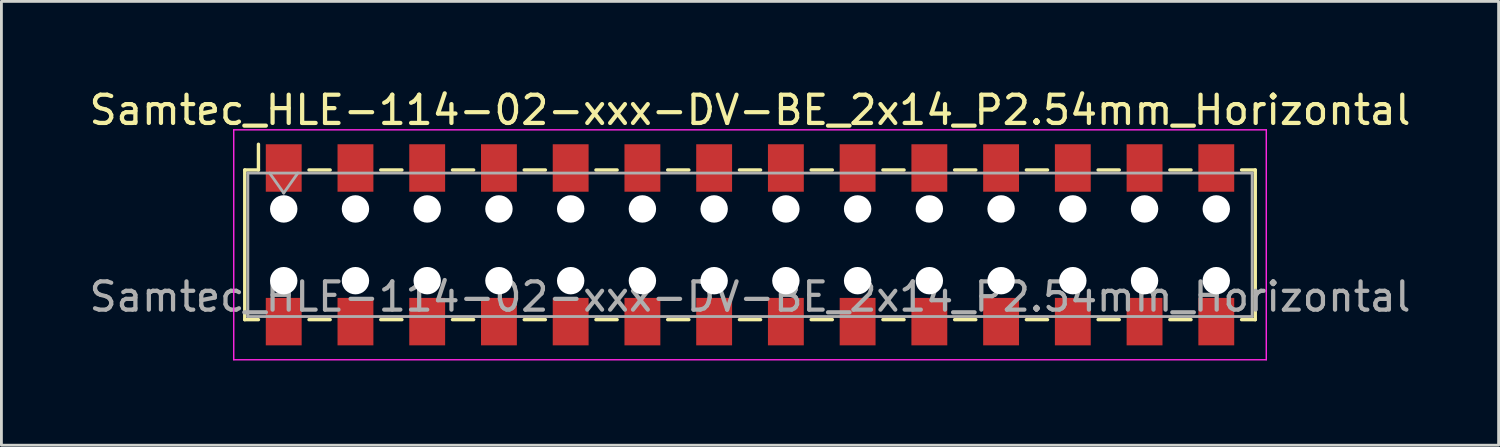
<source format=kicad_pcb>
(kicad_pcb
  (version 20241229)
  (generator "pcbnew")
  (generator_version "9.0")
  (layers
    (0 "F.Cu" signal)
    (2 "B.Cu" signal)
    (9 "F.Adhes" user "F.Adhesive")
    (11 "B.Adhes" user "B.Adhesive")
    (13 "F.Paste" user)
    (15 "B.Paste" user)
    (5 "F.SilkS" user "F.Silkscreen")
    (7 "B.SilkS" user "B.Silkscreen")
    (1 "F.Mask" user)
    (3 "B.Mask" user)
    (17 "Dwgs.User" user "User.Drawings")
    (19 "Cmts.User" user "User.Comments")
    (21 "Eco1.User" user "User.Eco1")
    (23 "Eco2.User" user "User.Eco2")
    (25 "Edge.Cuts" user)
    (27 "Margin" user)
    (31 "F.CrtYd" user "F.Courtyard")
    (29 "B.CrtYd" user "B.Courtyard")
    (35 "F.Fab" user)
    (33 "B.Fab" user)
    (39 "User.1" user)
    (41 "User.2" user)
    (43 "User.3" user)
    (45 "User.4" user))
  (footprint "Samtec_HLE-114-02-xxx-DV-BE_2x14_P2.54mm_Horizontal"
    (layer "F.Cu")
    (at 23.506 5.618)
    (property "Reference" "Samtec_HLE-114-02-xxx-DV-BE_2x14_P2.54mm_Horizontal" (at 0 -4.77 0) (layer "F.SilkS") (effects (font (size 1 1) (thickness 0.15))))
    (attr smd)
    (fp_line (start -17.89 -2.65) (end -17.89 2.65) (stroke (width 0.12) (type solid)) (layer "F.SilkS"))
    (fp_line (start -17.89 2.65) (end -17.405 2.65) (stroke (width 0.12) (type solid)) (layer "F.SilkS"))
    (fp_line (start -17.405 -3.56) (end -17.405 -2.65) (stroke (width 0.12) (type solid)) (layer "F.SilkS"))
    (fp_line (start -17.405 -2.65) (end -17.89 -2.65) (stroke (width 0.12) (type solid)) (layer "F.SilkS"))
    (fp_line (start -15.615 -2.65) (end -14.865 -2.65) (stroke (width 0.12) (type solid)) (layer "F.SilkS"))
    (fp_line (start -15.615 2.65) (end -14.865 2.65) (stroke (width 0.12) (type solid)) (layer "F.SilkS"))
    (fp_line (start -13.075 -2.65) (end -12.325 -2.65) (stroke (width 0.12) (type solid)) (layer "F.SilkS"))
    (fp_line (start -13.075 2.65) (end -12.325 2.65) (stroke (width 0.12) (type solid)) (layer "F.SilkS"))
    (fp_line (start -10.535 -2.65) (end -9.785 -2.65) (stroke (width 0.12) (type solid)) (layer "F.SilkS"))
    (fp_line (start -10.535 2.65) (end -9.785 2.65) (stroke (width 0.12) (type solid)) (layer "F.SilkS"))
    (fp_line (start -7.995 -2.65) (end -7.245 -2.65) (stroke (width 0.12) (type solid)) (layer "F.SilkS"))
    (fp_line (start -7.995 2.65) (end -7.245 2.65) (stroke (width 0.12) (type solid)) (layer "F.SilkS"))
    (fp_line (start -5.455 -2.65) (end -4.705 -2.65) (stroke (width 0.12) (type solid)) (layer "F.SilkS"))
    (fp_line (start -5.455 2.65) (end -4.705 2.65) (stroke (width 0.12) (type solid)) (layer "F.SilkS"))
    (fp_line (start -2.915 -2.65) (end -2.165 -2.65) (stroke (width 0.12) (type solid)) (layer "F.SilkS"))
    (fp_line (start -2.915 2.65) (end -2.165 2.65) (stroke (width 0.12) (type solid)) (layer "F.SilkS"))
    (fp_line (start -0.375 -2.65) (end 0.375 -2.65) (stroke (width 0.12) (type solid)) (layer "F.SilkS"))
    (fp_line (start -0.375 2.65) (end 0.375 2.65) (stroke (width 0.12) (type solid)) (layer "F.SilkS"))
    (fp_line (start 2.165 -2.65) (end 2.915 -2.65) (stroke (width 0.12) (type solid)) (layer "F.SilkS"))
    (fp_line (start 2.165 2.65) (end 2.915 2.65) (stroke (width 0.12) (type solid)) (layer "F.SilkS"))
    (fp_line (start 4.705 -2.65) (end 5.455 -2.65) (stroke (width 0.12) (type solid)) (layer "F.SilkS"))
    (fp_line (start 4.705 2.65) (end 5.455 2.65) (stroke (width 0.12) (type solid)) (layer "F.SilkS"))
    (fp_line (start 7.245 -2.65) (end 7.995 -2.65) (stroke (width 0.12) (type solid)) (layer "F.SilkS"))
    (fp_line (start 7.245 2.65) (end 7.995 2.65) (stroke (width 0.12) (type solid)) (layer "F.SilkS"))
    (fp_line (start 9.785 -2.65) (end 10.535 -2.65) (stroke (width 0.12) (type solid)) (layer "F.SilkS"))
    (fp_line (start 9.785 2.65) (end 10.535 2.65) (stroke (width 0.12) (type solid)) (layer "F.SilkS"))
    (fp_line (start 12.325 -2.65) (end 13.075 -2.65) (stroke (width 0.12) (type solid)) (layer "F.SilkS"))
    (fp_line (start 12.325 2.65) (end 13.075 2.65) (stroke (width 0.12) (type solid)) (layer "F.SilkS"))
    (fp_line (start 14.865 -2.65) (end 15.615 -2.65) (stroke (width 0.12) (type solid)) (layer "F.SilkS"))
    (fp_line (start 14.865 2.65) (end 15.615 2.65) (stroke (width 0.12) (type solid)) (layer "F.SilkS"))
    (fp_line (start 17.405 -2.65) (end 17.89 -2.65) (stroke (width 0.12) (type solid)) (layer "F.SilkS"))
    (fp_line (start 17.89 -2.65) (end 17.89 2.65) (stroke (width 0.12) (type solid)) (layer "F.SilkS"))
    (fp_line (start 17.89 2.65) (end 17.405 2.65) (stroke (width 0.12) (type solid)) (layer "F.SilkS"))
    (fp_line (start -18.28 -4.07) (end 18.28 -4.07) (stroke (width 0.05) (type solid)) (layer "F.CrtYd"))
    (fp_line (start -18.28 4.07) (end -18.28 -4.07) (stroke (width 0.05) (type solid)) (layer "F.CrtYd"))
    (fp_line (start 18.28 -4.07) (end 18.28 4.07) (stroke (width 0.05) (type solid)) (layer "F.CrtYd"))
    (fp_line (start 18.28 4.07) (end -18.28 4.07) (stroke (width 0.05) (type solid)) (layer "F.CrtYd"))
    (fp_line (start -17.78 -2.54) (end 17.78 -2.54) (stroke (width 0.1) (type solid)) (layer "F.Fab"))
    (fp_line (start -17.78 2.54) (end -17.78 -2.54) (stroke (width 0.1) (type solid)) (layer "F.Fab"))
    (fp_line (start -17.01 -2.54) (end -16.51 -1.833) (stroke (width 0.1) (type solid)) (layer "F.Fab"))
    (fp_line (start -16.51 -1.833) (end -16.01 -2.54) (stroke (width 0.1) (type solid)) (layer "F.Fab"))
    (fp_line (start 17.78 -2.54) (end 17.78 2.54) (stroke (width 0.1) (type solid)) (layer "F.Fab"))
    (fp_line (start 17.78 2.54) (end -17.78 2.54) (stroke (width 0.1) (type solid)) (layer "F.Fab"))
    (fp_text user "${REFERENCE}" (at 0 1.84 0) (layer "F.Fab") (effects (font (size 1 1) (thickness 0.15))))
    (pad "" np_thru_hole circle (at -16.51 -1.27) (size 0.97 0.97) (drill 0.97) (layers "*.Cu" "*.Mask"))
    (pad "" np_thru_hole circle (at -16.51 1.27) (size 0.97 0.97) (drill 0.97) (layers "*.Cu" "*.Mask"))
    (pad "" np_thru_hole circle (at -13.97 -1.27) (size 0.97 0.97) (drill 0.97) (layers "*.Cu" "*.Mask"))
    (pad "" np_thru_hole circle (at -13.97 1.27) (size 0.97 0.97) (drill 0.97) (layers "*.Cu" "*.Mask"))
    (pad "" np_thru_hole circle (at -11.43 -1.27) (size 0.97 0.97) (drill 0.97) (layers "*.Cu" "*.Mask"))
    (pad "" np_thru_hole circle (at -11.43 1.27) (size 0.97 0.97) (drill 0.97) (layers "*.Cu" "*.Mask"))
    (pad "" np_thru_hole circle (at -8.89 -1.27) (size 0.97 0.97) (drill 0.97) (layers "*.Cu" "*.Mask"))
    (pad "" np_thru_hole circle (at -8.89 1.27) (size 0.97 0.97) (drill 0.97) (layers "*.Cu" "*.Mask"))
    (pad "" np_thru_hole circle (at -6.35 -1.27) (size 0.97 0.97) (drill 0.97) (layers "*.Cu" "*.Mask"))
    (pad "" np_thru_hole circle (at -6.35 1.27) (size 0.97 0.97) (drill 0.97) (layers "*.Cu" "*.Mask"))
    (pad "" np_thru_hole circle (at -3.81 -1.27) (size 0.97 0.97) (drill 0.97) (layers "*.Cu" "*.Mask"))
    (pad "" np_thru_hole circle (at -3.81 1.27) (size 0.97 0.97) (drill 0.97) (layers "*.Cu" "*.Mask"))
    (pad "" np_thru_hole circle (at -1.27 -1.27) (size 0.97 0.97) (drill 0.97) (layers "*.Cu" "*.Mask"))
    (pad "" np_thru_hole circle (at -1.27 1.27) (size 0.97 0.97) (drill 0.97) (layers "*.Cu" "*.Mask"))
    (pad "" np_thru_hole circle (at 1.27 -1.27) (size 0.97 0.97) (drill 0.97) (layers "*.Cu" "*.Mask"))
    (pad "" np_thru_hole circle (at 1.27 1.27) (size 0.97 0.97) (drill 0.97) (layers "*.Cu" "*.Mask"))
    (pad "" np_thru_hole circle (at 3.81 -1.27) (size 0.97 0.97) (drill 0.97) (layers "*.Cu" "*.Mask"))
    (pad "" np_thru_hole circle (at 3.81 1.27) (size 0.97 0.97) (drill 0.97) (layers "*.Cu" "*.Mask"))
    (pad "" np_thru_hole circle (at 6.35 -1.27) (size 0.97 0.97) (drill 0.97) (layers "*.Cu" "*.Mask"))
    (pad "" np_thru_hole circle (at 6.35 1.27) (size 0.97 0.97) (drill 0.97) (layers "*.Cu" "*.Mask"))
    (pad "" np_thru_hole circle (at 8.89 -1.27) (size 0.97 0.97) (drill 0.97) (layers "*.Cu" "*.Mask"))
    (pad "" np_thru_hole circle (at 8.89 1.27) (size 0.97 0.97) (drill 0.97) (layers "*.Cu" "*.Mask"))
    (pad "" np_thru_hole circle (at 11.43 -1.27) (size 0.97 0.97) (drill 0.97) (layers "*.Cu" "*.Mask"))
    (pad "" np_thru_hole circle (at 11.43 1.27) (size 0.97 0.97) (drill 0.97) (layers "*.Cu" "*.Mask"))
    (pad "" np_thru_hole circle (at 13.97 -1.27) (size 0.97 0.97) (drill 0.97) (layers "*.Cu" "*.Mask"))
    (pad "" np_thru_hole circle (at 13.97 1.27) (size 0.97 0.97) (drill 0.97) (layers "*.Cu" "*.Mask"))
    (pad "" np_thru_hole circle (at 16.51 -1.27) (size 0.97 0.97) (drill 0.97) (layers "*.Cu" "*.Mask"))
    (pad "" np_thru_hole circle (at 16.51 1.27) (size 0.97 0.97) (drill 0.97) (layers "*.Cu" "*.Mask"))
    (pad "1" smd rect (at -16.51 -2.72) (size 1.27 1.68) (layers "F.Cu" "F.Mask" "F.Paste"))
    (pad "2" smd rect (at -16.51 2.72) (size 1.27 1.68) (layers "F.Cu" "F.Mask" "F.Paste"))
    (pad "3" smd rect (at -13.97 -2.72) (size 1.27 1.68) (layers "F.Cu" "F.Mask" "F.Paste"))
    (pad "4" smd rect (at -13.97 2.72) (size 1.27 1.68) (layers "F.Cu" "F.Mask" "F.Paste"))
    (pad "5" smd rect (at -11.43 -2.72) (size 1.27 1.68) (layers "F.Cu" "F.Mask" "F.Paste"))
    (pad "6" smd rect (at -11.43 2.72) (size 1.27 1.68) (layers "F.Cu" "F.Mask" "F.Paste"))
    (pad "7" smd rect (at -8.89 -2.72) (size 1.27 1.68) (layers "F.Cu" "F.Mask" "F.Paste"))
    (pad "8" smd rect (at -8.89 2.72) (size 1.27 1.68) (layers "F.Cu" "F.Mask" "F.Paste"))
    (pad "9" smd rect (at -6.35 -2.72) (size 1.27 1.68) (layers "F.Cu" "F.Mask" "F.Paste"))
    (pad "10" smd rect (at -6.35 2.72) (size 1.27 1.68) (layers "F.Cu" "F.Mask" "F.Paste"))
    (pad "11" smd rect (at -3.81 -2.72) (size 1.27 1.68) (layers "F.Cu" "F.Mask" "F.Paste"))
    (pad "12" smd rect (at -3.81 2.72) (size 1.27 1.68) (layers "F.Cu" "F.Mask" "F.Paste"))
    (pad "13" smd rect (at -1.27 -2.72) (size 1.27 1.68) (layers "F.Cu" "F.Mask" "F.Paste"))
    (pad "14" smd rect (at -1.27 2.72) (size 1.27 1.68) (layers "F.Cu" "F.Mask" "F.Paste"))
    (pad "15" smd rect (at 1.27 -2.72) (size 1.27 1.68) (layers "F.Cu" "F.Mask" "F.Paste"))
    (pad "16" smd rect (at 1.27 2.72) (size 1.27 1.68) (layers "F.Cu" "F.Mask" "F.Paste"))
    (pad "17" smd rect (at 3.81 -2.72) (size 1.27 1.68) (layers "F.Cu" "F.Mask" "F.Paste"))
    (pad "18" smd rect (at 3.81 2.72) (size 1.27 1.68) (layers "F.Cu" "F.Mask" "F.Paste"))
    (pad "19" smd rect (at 6.35 -2.72) (size 1.27 1.68) (layers "F.Cu" "F.Mask" "F.Paste"))
    (pad "20" smd rect (at 6.35 2.72) (size 1.27 1.68) (layers "F.Cu" "F.Mask" "F.Paste"))
    (pad "21" smd rect (at 8.89 -2.72) (size 1.27 1.68) (layers "F.Cu" "F.Mask" "F.Paste"))
    (pad "22" smd rect (at 8.89 2.72) (size 1.27 1.68) (layers "F.Cu" "F.Mask" "F.Paste"))
    (pad "23" smd rect (at 11.43 -2.72) (size 1.27 1.68) (layers "F.Cu" "F.Mask" "F.Paste"))
    (pad "24" smd rect (at 11.43 2.72) (size 1.27 1.68) (layers "F.Cu" "F.Mask" "F.Paste"))
    (pad "25" smd rect (at 13.97 -2.72) (size 1.27 1.68) (layers "F.Cu" "F.Mask" "F.Paste"))
    (pad "26" smd rect (at 13.97 2.72) (size 1.27 1.68) (layers "F.Cu" "F.Mask" "F.Paste"))
    (pad "27" smd rect (at 16.51 -2.72) (size 1.27 1.68) (layers "F.Cu" "F.Mask" "F.Paste"))
    (pad "28" smd rect (at 16.51 2.72) (size 1.27 1.68) (layers "F.Cu" "F.Mask" "F.Paste")))
  (gr_rect
    (start -3 -3)
    (end 50.012 12.713)
    (stroke (width 0.1) (type default))
    (fill no)
    (layer "Edge.Cuts")))
</source>
